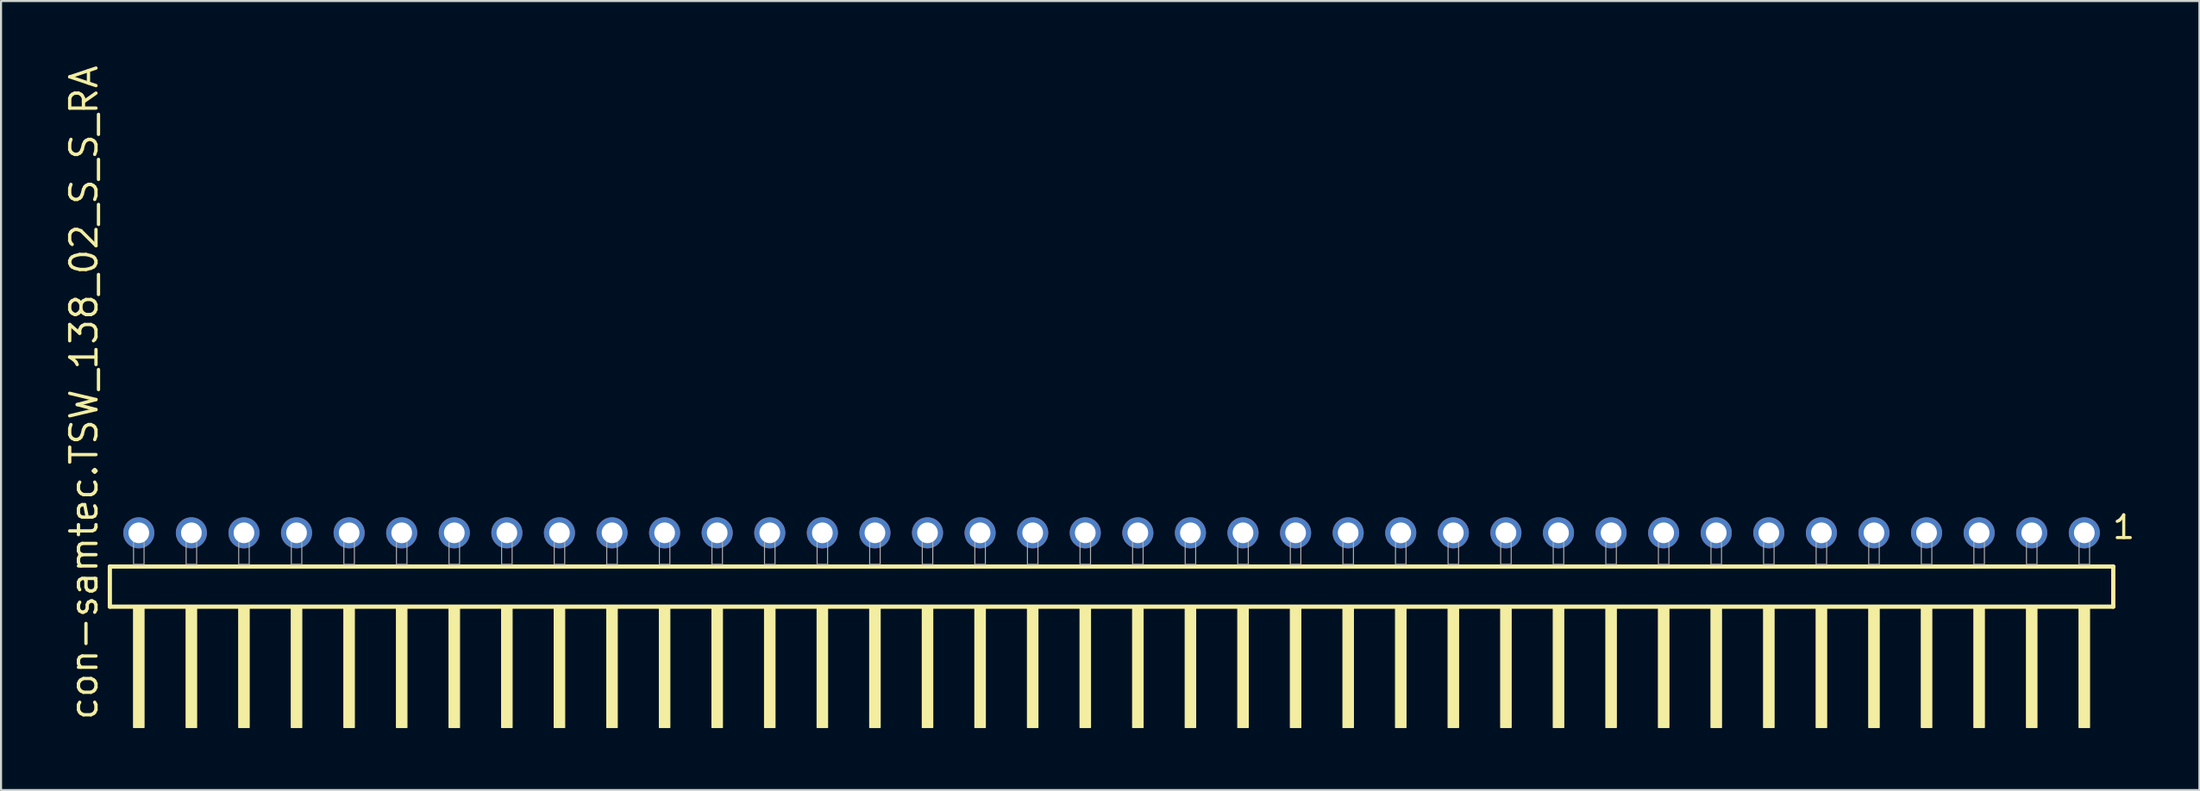
<source format=kicad_pcb>
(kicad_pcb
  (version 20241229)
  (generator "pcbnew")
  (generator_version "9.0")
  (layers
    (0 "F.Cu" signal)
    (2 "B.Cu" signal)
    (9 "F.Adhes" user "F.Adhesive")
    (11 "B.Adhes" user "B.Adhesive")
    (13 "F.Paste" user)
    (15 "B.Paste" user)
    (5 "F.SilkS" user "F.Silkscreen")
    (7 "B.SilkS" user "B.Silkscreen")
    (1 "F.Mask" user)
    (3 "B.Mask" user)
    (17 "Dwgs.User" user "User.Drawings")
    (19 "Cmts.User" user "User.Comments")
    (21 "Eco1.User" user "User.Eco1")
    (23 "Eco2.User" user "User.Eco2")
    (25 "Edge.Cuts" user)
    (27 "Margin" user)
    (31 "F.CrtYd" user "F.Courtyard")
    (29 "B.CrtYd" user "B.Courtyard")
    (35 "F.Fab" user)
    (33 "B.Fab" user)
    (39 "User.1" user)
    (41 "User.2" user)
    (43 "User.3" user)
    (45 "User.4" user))
  (footprint "con-samtec.TSW_138_02_S_S_RA"
    (layer "F.Cu")
    (at 50.645 24.235)
    (property "Reference" "con-samtec.TSW_138_02_S_S_RA" (at -48.895 7.62 90) (layer "F.SilkS") (effects (font (size 1.27 1.27) (thickness 0.16)) (justify left bottom)))
    (attr through_hole)
    (fp_line (start -48.389 0.106) (end -48.389 2.046) (stroke (width 0.203) (type default)) (layer "F.SilkS"))
    (fp_line (start -48.389 2.046) (end 48.389 2.046) (stroke (width 0.203) (type default)) (layer "F.SilkS"))
    (fp_line (start 48.389 0.106) (end -48.389 0.106) (stroke (width 0.203) (type default)) (layer "F.SilkS"))
    (fp_line (start 48.389 2.046) (end 48.389 0.106) (stroke (width 0.203) (type default)) (layer "F.SilkS"))
    (fp_rect (start -47.244 7.89) (end -46.736 2.04) (stroke (width 0.05) (type default)) (fill yes) (layer "F.SilkS"))
    (fp_rect (start -44.704 7.89) (end -44.196 2.04) (stroke (width 0.05) (type default)) (fill yes) (layer "F.SilkS"))
    (fp_rect (start -42.164 7.89) (end -41.656 2.04) (stroke (width 0.05) (type default)) (fill yes) (layer "F.SilkS"))
    (fp_rect (start -39.624 7.89) (end -39.116 2.04) (stroke (width 0.05) (type default)) (fill yes) (layer "F.SilkS"))
    (fp_rect (start -37.084 7.89) (end -36.576 2.04) (stroke (width 0.05) (type default)) (fill yes) (layer "F.SilkS"))
    (fp_rect (start -34.544 7.89) (end -34.036 2.04) (stroke (width 0.05) (type default)) (fill yes) (layer "F.SilkS"))
    (fp_rect (start -32.004 7.89) (end -31.496 2.04) (stroke (width 0.05) (type default)) (fill yes) (layer "F.SilkS"))
    (fp_rect (start -29.464 7.89) (end -28.956 2.04) (stroke (width 0.05) (type default)) (fill yes) (layer "F.SilkS"))
    (fp_rect (start -26.924 7.89) (end -26.416 2.04) (stroke (width 0.05) (type default)) (fill yes) (layer "F.SilkS"))
    (fp_rect (start -24.384 7.89) (end -23.876 2.04) (stroke (width 0.05) (type default)) (fill yes) (layer "F.SilkS"))
    (fp_rect (start -21.844 7.89) (end -21.336 2.04) (stroke (width 0.05) (type default)) (fill yes) (layer "F.SilkS"))
    (fp_rect (start -19.304 7.89) (end -18.796 2.04) (stroke (width 0.05) (type default)) (fill yes) (layer "F.SilkS"))
    (fp_rect (start -16.764 7.89) (end -16.256 2.04) (stroke (width 0.05) (type default)) (fill yes) (layer "F.SilkS"))
    (fp_rect (start -14.224 7.89) (end -13.716 2.04) (stroke (width 0.05) (type default)) (fill yes) (layer "F.SilkS"))
    (fp_rect (start -11.684 7.89) (end -11.176 2.04) (stroke (width 0.05) (type default)) (fill yes) (layer "F.SilkS"))
    (fp_rect (start -9.144 7.89) (end -8.636 2.04) (stroke (width 0.05) (type default)) (fill yes) (layer "F.SilkS"))
    (fp_rect (start -6.604 7.89) (end -6.096 2.04) (stroke (width 0.05) (type default)) (fill yes) (layer "F.SilkS"))
    (fp_rect (start -4.064 7.89) (end -3.556 2.04) (stroke (width 0.05) (type default)) (fill yes) (layer "F.SilkS"))
    (fp_rect (start -1.524 7.89) (end -1.016 2.04) (stroke (width 0.05) (type default)) (fill yes) (layer "F.SilkS"))
    (fp_rect (start 1.016 7.89) (end 1.524 2.04) (stroke (width 0.05) (type default)) (fill yes) (layer "F.SilkS"))
    (fp_rect (start 3.556 7.89) (end 4.064 2.04) (stroke (width 0.05) (type default)) (fill yes) (layer "F.SilkS"))
    (fp_rect (start 6.096 7.89) (end 6.604 2.04) (stroke (width 0.05) (type default)) (fill yes) (layer "F.SilkS"))
    (fp_rect (start 8.636 7.89) (end 9.144 2.04) (stroke (width 0.05) (type default)) (fill yes) (layer "F.SilkS"))
    (fp_rect (start 11.176 7.89) (end 11.684 2.04) (stroke (width 0.05) (type default)) (fill yes) (layer "F.SilkS"))
    (fp_rect (start 13.716 7.89) (end 14.224 2.04) (stroke (width 0.05) (type default)) (fill yes) (layer "F.SilkS"))
    (fp_rect (start 16.256 7.89) (end 16.764 2.04) (stroke (width 0.05) (type default)) (fill yes) (layer "F.SilkS"))
    (fp_rect (start 18.796 7.89) (end 19.304 2.04) (stroke (width 0.05) (type default)) (fill yes) (layer "F.SilkS"))
    (fp_rect (start 21.336 7.89) (end 21.844 2.04) (stroke (width 0.05) (type default)) (fill yes) (layer "F.SilkS"))
    (fp_rect (start 23.876 7.89) (end 24.384 2.04) (stroke (width 0.05) (type default)) (fill yes) (layer "F.SilkS"))
    (fp_rect (start 26.416 7.89) (end 26.924 2.04) (stroke (width 0.05) (type default)) (fill yes) (layer "F.SilkS"))
    (fp_rect (start 28.956 7.89) (end 29.464 2.04) (stroke (width 0.05) (type default)) (fill yes) (layer "F.SilkS"))
    (fp_rect (start 31.496 7.89) (end 32.004 2.04) (stroke (width 0.05) (type default)) (fill yes) (layer "F.SilkS"))
    (fp_rect (start 34.036 7.89) (end 34.544 2.04) (stroke (width 0.05) (type default)) (fill yes) (layer "F.SilkS"))
    (fp_rect (start 36.576 7.89) (end 37.084 2.04) (stroke (width 0.05) (type default)) (fill yes) (layer "F.SilkS"))
    (fp_rect (start 39.116 7.89) (end 39.624 2.04) (stroke (width 0.05) (type default)) (fill yes) (layer "F.SilkS"))
    (fp_rect (start 41.656 7.89) (end 42.164 2.04) (stroke (width 0.05) (type default)) (fill yes) (layer "F.SilkS"))
    (fp_rect (start 44.196 7.89) (end 44.704 2.04) (stroke (width 0.05) (type default)) (fill yes) (layer "F.SilkS"))
    (fp_rect (start 46.736 7.89) (end 47.244 2.04) (stroke (width 0.05) (type default)) (fill yes) (layer "F.SilkS"))
    (fp_rect (start -47.244 0) (end -46.736 -1.778) (stroke (width 0.05) (type default)) (fill no) (layer "F.Fab"))
    (fp_rect (start -44.704 0) (end -44.196 -1.778) (stroke (width 0.05) (type default)) (fill no) (layer "F.Fab"))
    (fp_rect (start -42.164 0) (end -41.656 -1.778) (stroke (width 0.05) (type default)) (fill no) (layer "F.Fab"))
    (fp_rect (start -39.624 0) (end -39.116 -1.778) (stroke (width 0.05) (type default)) (fill no) (layer "F.Fab"))
    (fp_rect (start -37.084 0) (end -36.576 -1.778) (stroke (width 0.05) (type default)) (fill no) (layer "F.Fab"))
    (fp_rect (start -34.544 0) (end -34.036 -1.778) (stroke (width 0.05) (type default)) (fill no) (layer "F.Fab"))
    (fp_rect (start -32.004 0) (end -31.496 -1.778) (stroke (width 0.05) (type default)) (fill no) (layer "F.Fab"))
    (fp_rect (start -29.464 0) (end -28.956 -1.778) (stroke (width 0.05) (type default)) (fill no) (layer "F.Fab"))
    (fp_rect (start -26.924 0) (end -26.416 -1.778) (stroke (width 0.05) (type default)) (fill no) (layer "F.Fab"))
    (fp_rect (start -24.384 0) (end -23.876 -1.778) (stroke (width 0.05) (type default)) (fill no) (layer "F.Fab"))
    (fp_rect (start -21.844 0) (end -21.336 -1.778) (stroke (width 0.05) (type default)) (fill no) (layer "F.Fab"))
    (fp_rect (start -19.304 0) (end -18.796 -1.778) (stroke (width 0.05) (type default)) (fill no) (layer "F.Fab"))
    (fp_rect (start -16.764 0) (end -16.256 -1.778) (stroke (width 0.05) (type default)) (fill no) (layer "F.Fab"))
    (fp_rect (start -14.224 0) (end -13.716 -1.778) (stroke (width 0.05) (type default)) (fill no) (layer "F.Fab"))
    (fp_rect (start -11.684 0) (end -11.176 -1.778) (stroke (width 0.05) (type default)) (fill no) (layer "F.Fab"))
    (fp_rect (start -9.144 0) (end -8.636 -1.778) (stroke (width 0.05) (type default)) (fill no) (layer "F.Fab"))
    (fp_rect (start -6.604 0) (end -6.096 -1.778) (stroke (width 0.05) (type default)) (fill no) (layer "F.Fab"))
    (fp_rect (start -4.064 0) (end -3.556 -1.778) (stroke (width 0.05) (type default)) (fill no) (layer "F.Fab"))
    (fp_rect (start -1.524 0) (end -1.016 -1.778) (stroke (width 0.05) (type default)) (fill no) (layer "F.Fab"))
    (fp_rect (start 1.016 0) (end 1.524 -1.778) (stroke (width 0.05) (type default)) (fill no) (layer "F.Fab"))
    (fp_rect (start 3.556 0) (end 4.064 -1.778) (stroke (width 0.05) (type default)) (fill no) (layer "F.Fab"))
    (fp_rect (start 6.096 0) (end 6.604 -1.778) (stroke (width 0.05) (type default)) (fill no) (layer "F.Fab"))
    (fp_rect (start 8.636 0) (end 9.144 -1.778) (stroke (width 0.05) (type default)) (fill no) (layer "F.Fab"))
    (fp_rect (start 11.176 0) (end 11.684 -1.778) (stroke (width 0.05) (type default)) (fill no) (layer "F.Fab"))
    (fp_rect (start 13.716 0) (end 14.224 -1.778) (stroke (width 0.05) (type default)) (fill no) (layer "F.Fab"))
    (fp_rect (start 16.256 0) (end 16.764 -1.778) (stroke (width 0.05) (type default)) (fill no) (layer "F.Fab"))
    (fp_rect (start 18.796 0) (end 19.304 -1.778) (stroke (width 0.05) (type default)) (fill no) (layer "F.Fab"))
    (fp_rect (start 21.336 0) (end 21.844 -1.778) (stroke (width 0.05) (type default)) (fill no) (layer "F.Fab"))
    (fp_rect (start 23.876 0) (end 24.384 -1.778) (stroke (width 0.05) (type default)) (fill no) (layer "F.Fab"))
    (fp_rect (start 26.416 0) (end 26.924 -1.778) (stroke (width 0.05) (type default)) (fill no) (layer "F.Fab"))
    (fp_rect (start 28.956 0) (end 29.464 -1.778) (stroke (width 0.05) (type default)) (fill no) (layer "F.Fab"))
    (fp_rect (start 31.496 0) (end 32.004 -1.778) (stroke (width 0.05) (type default)) (fill no) (layer "F.Fab"))
    (fp_rect (start 34.036 0) (end 34.544 -1.778) (stroke (width 0.05) (type default)) (fill no) (layer "F.Fab"))
    (fp_rect (start 36.576 0) (end 37.084 -1.778) (stroke (width 0.05) (type default)) (fill no) (layer "F.Fab"))
    (fp_rect (start 39.116 0) (end 39.624 -1.778) (stroke (width 0.05) (type default)) (fill no) (layer "F.Fab"))
    (fp_rect (start 41.656 0) (end 42.164 -1.778) (stroke (width 0.05) (type default)) (fill no) (layer "F.Fab"))
    (fp_rect (start 44.196 0) (end 44.704 -1.778) (stroke (width 0.05) (type default)) (fill no) (layer "F.Fab"))
    (fp_rect (start 46.736 0) (end 47.244 -1.778) (stroke (width 0.05) (type default)) (fill no) (layer "F.Fab"))
    (fp_text user "1" (at 48.272 -1.152 0) (layer "F.SilkS") (effects (font (size 1.1 1.1) (thickness 0.15)) (justify left bottom)))
    (pad "1" thru_hole circle (at 46.99 -1.524 180) (size 1.5 1.5) (drill 1) (layers "*.Cu" "*.Mask"))
    (pad "2" thru_hole circle (at 44.45 -1.524 180) (size 1.5 1.5) (drill 1) (layers "*.Cu" "*.Mask"))
    (pad "3" thru_hole circle (at 41.91 -1.524 180) (size 1.5 1.5) (drill 1) (layers "*.Cu" "*.Mask"))
    (pad "4" thru_hole circle (at 39.37 -1.524 180) (size 1.5 1.5) (drill 1) (layers "*.Cu" "*.Mask"))
    (pad "5" thru_hole circle (at 36.83 -1.524 180) (size 1.5 1.5) (drill 1) (layers "*.Cu" "*.Mask"))
    (pad "6" thru_hole circle (at 34.29 -1.524 180) (size 1.5 1.5) (drill 1) (layers "*.Cu" "*.Mask"))
    (pad "7" thru_hole circle (at 31.75 -1.524 180) (size 1.5 1.5) (drill 1) (layers "*.Cu" "*.Mask"))
    (pad "8" thru_hole circle (at 29.21 -1.524 180) (size 1.5 1.5) (drill 1) (layers "*.Cu" "*.Mask"))
    (pad "9" thru_hole circle (at 26.67 -1.524 180) (size 1.5 1.5) (drill 1) (layers "*.Cu" "*.Mask"))
    (pad "10" thru_hole circle (at 24.13 -1.524 180) (size 1.5 1.5) (drill 1) (layers "*.Cu" "*.Mask"))
    (pad "11" thru_hole circle (at 21.59 -1.524 180) (size 1.5 1.5) (drill 1) (layers "*.Cu" "*.Mask"))
    (pad "12" thru_hole circle (at 19.05 -1.524 180) (size 1.5 1.5) (drill 1) (layers "*.Cu" "*.Mask"))
    (pad "13" thru_hole circle (at 16.51 -1.524 180) (size 1.5 1.5) (drill 1) (layers "*.Cu" "*.Mask"))
    (pad "14" thru_hole circle (at 13.97 -1.524 180) (size 1.5 1.5) (drill 1) (layers "*.Cu" "*.Mask"))
    (pad "15" thru_hole circle (at 11.43 -1.524 180) (size 1.5 1.5) (drill 1) (layers "*.Cu" "*.Mask"))
    (pad "16" thru_hole circle (at 8.89 -1.524 180) (size 1.5 1.5) (drill 1) (layers "*.Cu" "*.Mask"))
    (pad "17" thru_hole circle (at 6.35 -1.524 180) (size 1.5 1.5) (drill 1) (layers "*.Cu" "*.Mask"))
    (pad "18" thru_hole circle (at 3.81 -1.524 180) (size 1.5 1.5) (drill 1) (layers "*.Cu" "*.Mask"))
    (pad "19" thru_hole circle (at 1.27 -1.524 180) (size 1.5 1.5) (drill 1) (layers "*.Cu" "*.Mask"))
    (pad "20" thru_hole circle (at -1.27 -1.524 180) (size 1.5 1.5) (drill 1) (layers "*.Cu" "*.Mask"))
    (pad "21" thru_hole circle (at -3.81 -1.524 180) (size 1.5 1.5) (drill 1) (layers "*.Cu" "*.Mask"))
    (pad "22" thru_hole circle (at -6.35 -1.524 180) (size 1.5 1.5) (drill 1) (layers "*.Cu" "*.Mask"))
    (pad "23" thru_hole circle (at -8.89 -1.524 180) (size 1.5 1.5) (drill 1) (layers "*.Cu" "*.Mask"))
    (pad "24" thru_hole circle (at -11.43 -1.524 180) (size 1.5 1.5) (drill 1) (layers "*.Cu" "*.Mask"))
    (pad "25" thru_hole circle (at -13.97 -1.524 180) (size 1.5 1.5) (drill 1) (layers "*.Cu" "*.Mask"))
    (pad "26" thru_hole circle (at -16.51 -1.524 180) (size 1.5 1.5) (drill 1) (layers "*.Cu" "*.Mask"))
    (pad "27" thru_hole circle (at -19.05 -1.524 180) (size 1.5 1.5) (drill 1) (layers "*.Cu" "*.Mask"))
    (pad "28" thru_hole circle (at -21.59 -1.524 180) (size 1.5 1.5) (drill 1) (layers "*.Cu" "*.Mask"))
    (pad "29" thru_hole circle (at -24.13 -1.524 180) (size 1.5 1.5) (drill 1) (layers "*.Cu" "*.Mask"))
    (pad "30" thru_hole circle (at -26.67 -1.524 180) (size 1.5 1.5) (drill 1) (layers "*.Cu" "*.Mask"))
    (pad "31" thru_hole circle (at -29.21 -1.524 180) (size 1.5 1.5) (drill 1) (layers "*.Cu" "*.Mask"))
    (pad "32" thru_hole circle (at -31.75 -1.524 180) (size 1.5 1.5) (drill 1) (layers "*.Cu" "*.Mask"))
    (pad "33" thru_hole circle (at -34.29 -1.524 180) (size 1.5 1.5) (drill 1) (layers "*.Cu" "*.Mask"))
    (pad "34" thru_hole circle (at -36.83 -1.524 180) (size 1.5 1.5) (drill 1) (layers "*.Cu" "*.Mask"))
    (pad "35" thru_hole circle (at -39.37 -1.524 180) (size 1.5 1.5) (drill 1) (layers "*.Cu" "*.Mask"))
    (pad "36" thru_hole circle (at -41.91 -1.524 180) (size 1.5 1.5) (drill 1) (layers "*.Cu" "*.Mask"))
    (pad "37" thru_hole circle (at -44.45 -1.524 180) (size 1.5 1.5) (drill 1) (layers "*.Cu" "*.Mask"))
    (pad "38" thru_hole circle (at -46.99 -1.524 180) (size 1.5 1.5) (drill 1) (layers "*.Cu" "*.Mask")))
  (gr_rect
    (start -3 -3)
    (end 103.195 35.15)
    (stroke (width 0.1) (type default))
    (fill no)
    (layer "Edge.Cuts")))
</source>
